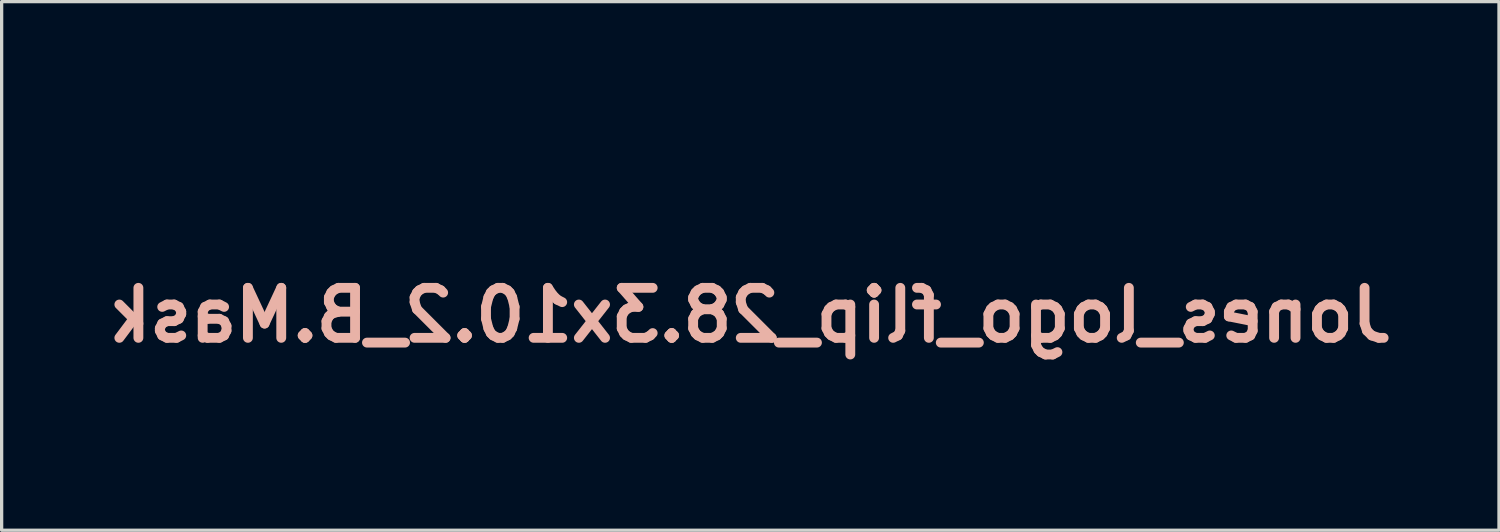
<source format=kicad_pcb>
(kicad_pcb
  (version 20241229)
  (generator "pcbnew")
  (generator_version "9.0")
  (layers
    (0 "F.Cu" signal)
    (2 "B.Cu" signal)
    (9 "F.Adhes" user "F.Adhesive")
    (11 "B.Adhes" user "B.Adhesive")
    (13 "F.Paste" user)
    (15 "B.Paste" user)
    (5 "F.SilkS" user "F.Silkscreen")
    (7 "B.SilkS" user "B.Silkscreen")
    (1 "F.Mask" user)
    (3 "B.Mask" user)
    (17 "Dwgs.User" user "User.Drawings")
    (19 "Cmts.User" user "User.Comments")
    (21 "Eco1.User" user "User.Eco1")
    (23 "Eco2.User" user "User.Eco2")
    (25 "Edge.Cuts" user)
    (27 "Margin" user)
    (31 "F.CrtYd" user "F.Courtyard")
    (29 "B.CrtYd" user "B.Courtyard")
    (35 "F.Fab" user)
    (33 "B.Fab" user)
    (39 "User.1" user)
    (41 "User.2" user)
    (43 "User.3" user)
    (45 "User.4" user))
  (footprint "Jones_logo_flip_28.3x10.2_B.Mask"
    (layer "F.Cu")
    (at 22.867 7.066)
    (property "Reference" "Jones_logo_flip_28.3x10.2_B.Mask" (at -3.048 -0.508 180) (layer "B.SilkS") (effects (font (size 1.524 1.524) (thickness 0.3)) (justify mirror)))
    (attr through_hole)
    (fp_poly (pts (xy 0.398 -4.65) (xy 0.038 -4.523) (xy -0.266 -4.306) (xy -0.514 -3.999) (xy -0.645 -3.757) (xy -0.75 -3.438) (xy -0.815 -3.049) (xy -0.838 -2.617) (xy -0.819 -2.171) (xy -0.758 -1.737) (xy -0.692 -1.465) (xy -0.506 -0.975) (xy -0.241 -0.492) (xy 0.087 -0.032) (xy 0.464 0.387) (xy 0.875 0.748) (xy 1.305 1.035) (xy 1.656 1.201) (xy 1.966 1.287) (xy 2.316 1.334) (xy 2.667 1.339) (xy 2.981 1.301) (xy 3.123 1.261) (xy 3.475 1.085) (xy 3.758 0.831) (xy 3.976 0.496) (xy 4.071 0.268) (xy 4.127 0.029) (xy 4.158 -0.285) (xy 4.163 -0.642) (xy 4.143 -1.014) (xy 4.132 -1.106) (xy 2.952 -1.106) (xy 2.938 -0.611) (xy 2.882 -0.204) (xy 2.783 0.124) (xy 2.635 0.386) (xy 2.436 0.592) (xy 2.354 0.652) (xy 2.178 0.743) (xy 2.002 0.764) (xy 1.797 0.716) (xy 1.631 0.646) (xy 1.348 0.459) (xy 1.088 0.178) (xy 0.857 -0.189) (xy 0.66 -0.632) (xy 0.504 -1.14) (xy 0.448 -1.386) (xy 0.416 -1.63) (xy 0.398 -1.943) (xy 0.395 -2.289) (xy 0.407 -2.631) (xy 0.432 -2.935) (xy 0.461 -3.12) (xy 0.567 -3.469) (xy 0.719 -3.752) (xy 0.908 -3.961) (xy 1.125 -4.088) (xy 1.36 -4.121) (xy 1.483 -4.101) (xy 1.799 -3.959) (xy 2.094 -3.716) (xy 2.364 -3.374) (xy 2.608 -2.936) (xy 2.615 -2.92) (xy 2.764 -2.542) (xy 2.867 -2.134) (xy 2.928 -1.671) (xy 2.952 -1.132) (xy 2.952 -1.106) (xy 4.132 -1.106) (xy 4.099 -1.371) (xy 4.044 -1.635) (xy 3.844 -2.233) (xy 3.563 -2.812) (xy 3.214 -3.346) (xy 2.814 -3.811) (xy 2.732 -3.89) (xy 2.324 -4.226) (xy 1.908 -4.464) (xy 1.467 -4.613) (xy 0.98 -4.681) (xy 0.815 -4.687) (xy 0.398 -4.65)) (stroke (width 0.01) (type solid)) (fill yes) (layer "B.Mask"))
    (fp_poly (pts (xy -16.26 -4.671) (xy -16.583 -4.567) (xy -16.84 -4.401) (xy -17.021 -4.178) (xy -17.069 -4.075) (xy -17.098 -3.866) (xy -17.038 -3.675) (xy -16.904 -3.522) (xy -16.712 -3.427) (xy -16.561 -3.408) (xy -16.455 -3.433) (xy -16.328 -3.517) (xy -16.161 -3.673) (xy -16.124 -3.712) (xy -15.966 -3.871) (xy -15.817 -4.01) (xy -15.708 -4.101) (xy -15.697 -4.109) (xy -15.496 -4.191) (xy -15.287 -4.183) (xy -15.09 -4.097) (xy -14.922 -3.946) (xy -14.801 -3.741) (xy -14.745 -3.496) (xy -14.743 -3.439) (xy -14.762 -3.269) (xy -14.826 -3.087) (xy -14.942 -2.878) (xy -15.118 -2.63) (xy -15.361 -2.328) (xy -15.456 -2.217) (xy -15.653 -1.978) (xy -15.839 -1.734) (xy -15.996 -1.512) (xy -16.103 -1.337) (xy -16.117 -1.311) (xy -16.267 -0.905) (xy -16.317 -0.507) (xy -16.274 -0.126) (xy -16.144 0.229) (xy -15.932 0.55) (xy -15.646 0.826) (xy -15.291 1.051) (xy -14.873 1.215) (xy -14.399 1.308) (xy -14.266 1.32) (xy -14.058 1.331) (xy -13.88 1.332) (xy -13.769 1.325) (xy -13.764 1.324) (xy -13.651 1.3) (xy -13.483 1.266) (xy -13.384 1.245) (xy -13.056 1.132) (xy -12.789 0.946) (xy -12.596 0.697) (xy -12.488 0.401) (xy -12.467 0.191) (xy -12.499 -0.072) (xy -12.596 -0.257) (xy -12.766 -0.375) (xy -12.815 -0.393) (xy -13.039 -0.424) (xy -13.24 -0.357) (xy -13.354 -0.27) (xy -13.428 -0.178) (xy -13.464 -0.053) (xy -13.473 0.123) (xy -13.498 0.399) (xy -13.582 0.598) (xy -13.733 0.738) (xy -13.853 0.797) (xy -14.144 0.861) (xy -14.446 0.838) (xy -14.738 0.739) (xy -14.996 0.574) (xy -15.198 0.355) (xy -15.323 0.092) (xy -15.324 0.085) (xy -15.355 -0.069) (xy -15.354 -0.217) (xy -15.315 -0.371) (xy -15.232 -0.546) (xy -15.098 -0.755) (xy -14.906 -1.01) (xy -14.649 -1.326) (xy -14.573 -1.417) (xy -14.334 -1.718) (xy -14.158 -1.978) (xy -14.031 -2.223) (xy -13.936 -2.482) (xy -13.921 -2.532) (xy -13.852 -2.944) (xy -13.885 -3.339) (xy -14.021 -3.71) (xy -14.255 -4.049) (xy -14.385 -4.182) (xy -14.652 -4.396) (xy -14.938 -4.545) (xy -15.276 -4.644) (xy -15.464 -4.678) (xy -15.883 -4.71) (xy -16.26 -4.671)) (stroke (width 0.01) (type solid)) (fill yes) (layer "B.Mask"))
    (fp_poly (pts (xy -11.539 -4.683) (xy -11.823 -4.574) (xy -12.035 -4.401) (xy -12.174 -4.174) (xy -12.24 -3.906) (xy -12.232 -3.611) (xy -12.15 -3.3) (xy -11.993 -2.985) (xy -11.76 -2.68) (xy -11.63 -2.549) (xy -11.431 -2.375) (xy -11.212 -2.211) (xy -10.956 -2.048) (xy -10.647 -1.874) (xy -10.268 -1.68) (xy -9.942 -1.521) (xy -9.634 -1.374) (xy -9.408 -1.259) (xy -9.251 -1.16) (xy -9.152 -1.061) (xy -9.099 -0.946) (xy -9.079 -0.799) (xy -9.08 -0.604) (xy -9.088 -0.389) (xy -9.099 -0.159) (xy -9.115 -0.008) (xy -9.144 0.091) (xy -9.195 0.166) (xy -9.275 0.244) (xy -9.28 0.248) (xy -9.458 0.366) (xy -9.609 0.402) (xy -9.861 0.363) (xy -10.173 0.248) (xy -10.536 0.062) (xy -10.939 -0.19) (xy -11.23 -0.396) (xy -11.382 -0.503) (xy -11.506 -0.577) (xy -11.57 -0.603) (xy -11.646 -0.564) (xy -11.738 -0.472) (xy -11.81 -0.369) (xy -11.83 -0.311) (xy -11.791 -0.246) (xy -11.682 -0.131) (xy -11.517 0.019) (xy -11.311 0.193) (xy -11.079 0.378) (xy -10.837 0.559) (xy -10.802 0.584) (xy -10.333 0.89) (xy -9.895 1.11) (xy -9.471 1.252) (xy -9.372 1.275) (xy -9.131 1.322) (xy -8.958 1.343) (xy -8.815 1.34) (xy -8.668 1.315) (xy -8.63 1.305) (xy -8.364 1.193) (xy -8.158 0.996) (xy -8.012 0.714) (xy -7.925 0.347) (xy -7.898 -0.107) (xy -7.917 -0.524) (xy -7.974 -0.98) (xy -8.068 -1.41) (xy -8.165 -1.71) (xy -9.239 -1.71) (xy -9.281 -1.699) (xy -9.398 -1.743) (xy -9.581 -1.838) (xy -9.82 -1.978) (xy -10.104 -2.158) (xy -10.112 -2.164) (xy -10.502 -2.447) (xy -10.811 -2.728) (xy -11.033 -3.001) (xy -11.163 -3.259) (xy -11.196 -3.449) (xy -11.156 -3.666) (xy -11.047 -3.866) (xy -10.893 -4.009) (xy -10.875 -4.019) (xy -10.666 -4.071) (xy -10.44 -4.03) (xy -10.212 -3.906) (xy -9.999 -3.705) (xy -9.843 -3.484) (xy -9.735 -3.274) (xy -9.621 -3.008) (xy -9.507 -2.711) (xy -9.404 -2.407) (xy -9.319 -2.123) (xy -9.261 -1.883) (xy -9.239 -1.713) (xy -9.239 -1.71) (xy -8.165 -1.71) (xy -8.208 -1.843) (xy -8.404 -2.309) (xy -8.558 -2.63) (xy -8.843 -3.132) (xy -9.165 -3.584) (xy -9.512 -3.97) (xy -9.872 -4.278) (xy -10.2 -4.478) (xy -10.554 -4.613) (xy -10.931 -4.693) (xy -11.293 -4.713) (xy -11.539 -4.683)) (stroke (width 0.01) (type solid)) (fill yes) (layer "B.Mask"))
    (fp_poly (pts (xy 4.337 -7.061) (xy 4.16 -7.058) (xy 4.059 -7.05) (xy 4.043 -7.044) (xy 4.062 -6.991) (xy 4.112 -6.862) (xy 4.187 -6.677) (xy 4.257 -6.504) (xy 4.38 -6.181) (xy 4.528 -5.758) (xy 4.698 -5.238) (xy 4.89 -4.624) (xy 5.104 -3.919) (xy 5.338 -3.125) (xy 5.591 -2.246) (xy 5.629 -2.111) (xy 5.8 -1.514) (xy 5.947 -1.007) (xy 6.072 -0.581) (xy 6.18 -0.226) (xy 6.275 0.071) (xy 6.359 0.319) (xy 6.437 0.53) (xy 6.511 0.713) (xy 6.585 0.881) (xy 6.644 1.005) (xy 6.974 1.583) (xy 7.35 2.066) (xy 7.771 2.456) (xy 8.237 2.75) (xy 8.737 2.945) (xy 9.052 3.01) (xy 9.399 3.041) (xy 9.738 3.035) (xy 10.029 2.994) (xy 10.102 2.974) (xy 10.44 2.832) (xy 10.712 2.646) (xy 10.904 2.427) (xy 11.003 2.186) (xy 11.004 2.181) (xy 11.002 1.969) (xy 10.925 1.784) (xy 10.794 1.647) (xy 10.625 1.579) (xy 10.482 1.586) (xy 10.379 1.637) (xy 10.228 1.742) (xy 10.053 1.883) (xy 9.983 1.946) (xy 9.645 2.219) (xy 9.338 2.393) (xy 9.056 2.469) (xy 8.794 2.449) (xy 8.546 2.332) (xy 8.36 2.176) (xy 8.254 2.058) (xy 8.155 1.921) (xy 8.059 1.752) (xy 7.959 1.537) (xy 7.849 1.263) (xy 7.721 0.915) (xy 7.571 0.481) (xy 7.557 0.439) (xy 7.429 0.053) (xy 7.287 -0.384) (xy 7.135 -0.862) (xy 6.975 -1.371) (xy 6.811 -1.902) (xy 6.645 -2.446) (xy 6.48 -2.992) (xy 6.319 -3.532) (xy 6.164 -4.056) (xy 6.018 -4.554) (xy 5.885 -5.017) (xy 5.767 -5.435) (xy 5.667 -5.799) (xy 5.587 -6.099) (xy 5.531 -6.326) (xy 5.501 -6.471) (xy 5.499 -6.522) (xy 5.574 -6.542) (xy 5.727 -6.547) (xy 5.931 -6.539) (xy 6.158 -6.52) (xy 6.381 -6.492) (xy 6.574 -6.457) (xy 6.615 -6.447) (xy 6.998 -6.314) (xy 7.352 -6.13) (xy 7.663 -5.905) (xy 7.919 -5.653) (xy 8.104 -5.386) (xy 8.207 -5.118) (xy 8.223 -4.97) (xy 8.196 -4.81) (xy 8.124 -4.609) (xy 8.065 -4.484) (xy 7.949 -4.227) (xy 7.912 -4.024) (xy 7.952 -3.86) (xy 8.036 -3.749) (xy 8.203 -3.65) (xy 8.41 -3.617) (xy 8.614 -3.657) (xy 8.65 -3.674) (xy 8.781 -3.8) (xy 8.878 -4.005) (xy 8.935 -4.266) (xy 8.947 -4.562) (xy 8.911 -4.867) (xy 8.785 -5.279) (xy 8.581 -5.654) (xy 8.284 -6.016) (xy 8.283 -6.017) (xy 7.887 -6.366) (xy 7.435 -6.64) (xy 6.92 -6.84) (xy 6.331 -6.972) (xy 6.08 -7.005) (xy 5.911 -7.019) (xy 5.684 -7.032) (xy 5.417 -7.043) (xy 5.129 -7.052) (xy 4.841 -7.058) (xy 4.57 -7.061) (xy 4.337 -7.061)) (stroke (width 0.01) (type solid)) (fill yes) (layer "B.Mask"))
    (fp_poly (pts (xy -3.976 -4.671) (xy -4.02 -4.633) (xy -4.06 -4.584) (xy -4.082 -4.53) (xy -4.086 -4.452) (xy -4.071 -4.329) (xy -4.035 -4.143) (xy -3.977 -3.873) (xy -3.92 -3.616) (xy -3.869 -3.389) (xy -3.829 -3.217) (xy -3.806 -3.123) (xy -3.805 -3.121) (xy -3.827 -3.107) (xy -3.914 -3.161) (xy -4.056 -3.275) (xy -4.171 -3.377) (xy -4.558 -3.709) (xy -4.95 -4.009) (xy -5.331 -4.268) (xy -5.687 -4.477) (xy -6.003 -4.627) (xy -6.264 -4.708) (xy -6.286 -4.712) (xy -6.529 -4.706) (xy -6.744 -4.615) (xy -6.903 -4.455) (xy -6.945 -4.376) (xy -6.983 -4.265) (xy -7.003 -4.141) (xy -7.003 -3.993) (xy -6.983 -3.809) (xy -6.939 -3.577) (xy -6.87 -3.286) (xy -6.774 -2.925) (xy -6.649 -2.483) (xy -6.548 -2.138) (xy -6.393 -1.606) (xy -6.266 -1.166) (xy -6.166 -0.805) (xy -6.089 -0.514) (xy -6.033 -0.282) (xy -5.996 -0.098) (xy -5.974 0.048) (xy -5.966 0.166) (xy -5.969 0.263) (xy -5.995 0.411) (xy -6.052 0.487) (xy -6.15 0.49) (xy -6.298 0.419) (xy -6.505 0.272) (xy -6.621 0.18) (xy -6.868 -0.02) (xy -7.045 -0.163) (xy -7.167 -0.256) (xy -7.246 -0.306) (xy -7.296 -0.322) (xy -7.331 -0.311) (xy -7.365 -0.281) (xy -7.389 -0.257) (xy -7.468 -0.166) (xy -7.493 -0.104) (xy -7.457 -0.042) (xy -7.362 0.071) (xy -7.225 0.216) (xy -7.162 0.278) (xy -6.732 0.669) (xy -6.335 0.972) (xy -5.974 1.187) (xy -5.652 1.31) (xy -5.371 1.342) (xy -5.181 1.301) (xy -5.035 1.186) (xy -4.937 0.979) (xy -4.89 0.684) (xy -4.885 0.508) (xy -4.906 0.217) (xy -4.967 -0.155) (xy -5.068 -0.613) (xy -5.21 -1.159) (xy -5.393 -1.798) (xy -5.449 -1.981) (xy -5.583 -2.435) (xy -5.691 -2.832) (xy -5.771 -3.162) (xy -5.822 -3.415) (xy -5.84 -3.584) (xy -5.833 -3.647) (xy -5.756 -3.717) (xy -5.614 -3.723) (xy -5.422 -3.674) (xy -5.192 -3.575) (xy -4.941 -3.435) (xy -4.681 -3.259) (xy -4.427 -3.056) (xy -4.193 -2.832) (xy -4.179 -2.818) (xy -4.039 -2.662) (xy -3.92 -2.512) (xy -3.815 -2.354) (xy -3.722 -2.177) (xy -3.634 -1.968) (xy -3.547 -1.715) (xy -3.457 -1.406) (xy -3.359 -1.028) (xy -3.248 -0.57) (xy -3.138 -0.098) (xy -2.857 1.117) (xy -2.317 1.132) (xy -2.093 1.134) (xy -1.914 1.128) (xy -1.803 1.116) (xy -1.778 1.104) (xy -1.791 1.04) (xy -1.825 0.893) (xy -1.877 0.68) (xy -1.943 0.419) (xy -1.988 0.242) (xy -2.084 -0.137) (xy -2.186 -0.551) (xy -2.291 -0.986) (xy -2.397 -1.429) (xy -2.5 -1.866) (xy -2.596 -2.286) (xy -2.684 -2.674) (xy -2.76 -3.017) (xy -2.821 -3.303) (xy -2.865 -3.518) (xy -2.887 -3.649) (xy -2.889 -3.677) (xy -2.875 -3.794) (xy -2.845 -3.852) (xy -2.757 -3.847) (xy -2.601 -3.767) (xy -2.382 -3.616) (xy -2.105 -3.396) (xy -2.064 -3.362) (xy -1.661 -3.025) (xy -1.529 -3.157) (xy -1.396 -3.289) (xy -1.627 -3.501) (xy -1.95 -3.791) (xy -2.22 -4.018) (xy -2.456 -4.195) (xy -2.677 -4.338) (xy -2.901 -4.459) (xy -2.927 -4.472) (xy -3.276 -4.622) (xy -3.572 -4.706) (xy -3.808 -4.722) (xy -3.976 -4.671)) (stroke (width 0.01) (type solid)) (fill yes) (layer "B.Mask")))
  (gr_rect
    (start -3 -3)
    (end 42.639 13.112)
    (stroke (width 0.1) (type default))
    (fill no)
    (layer "Edge.Cuts")))
</source>
